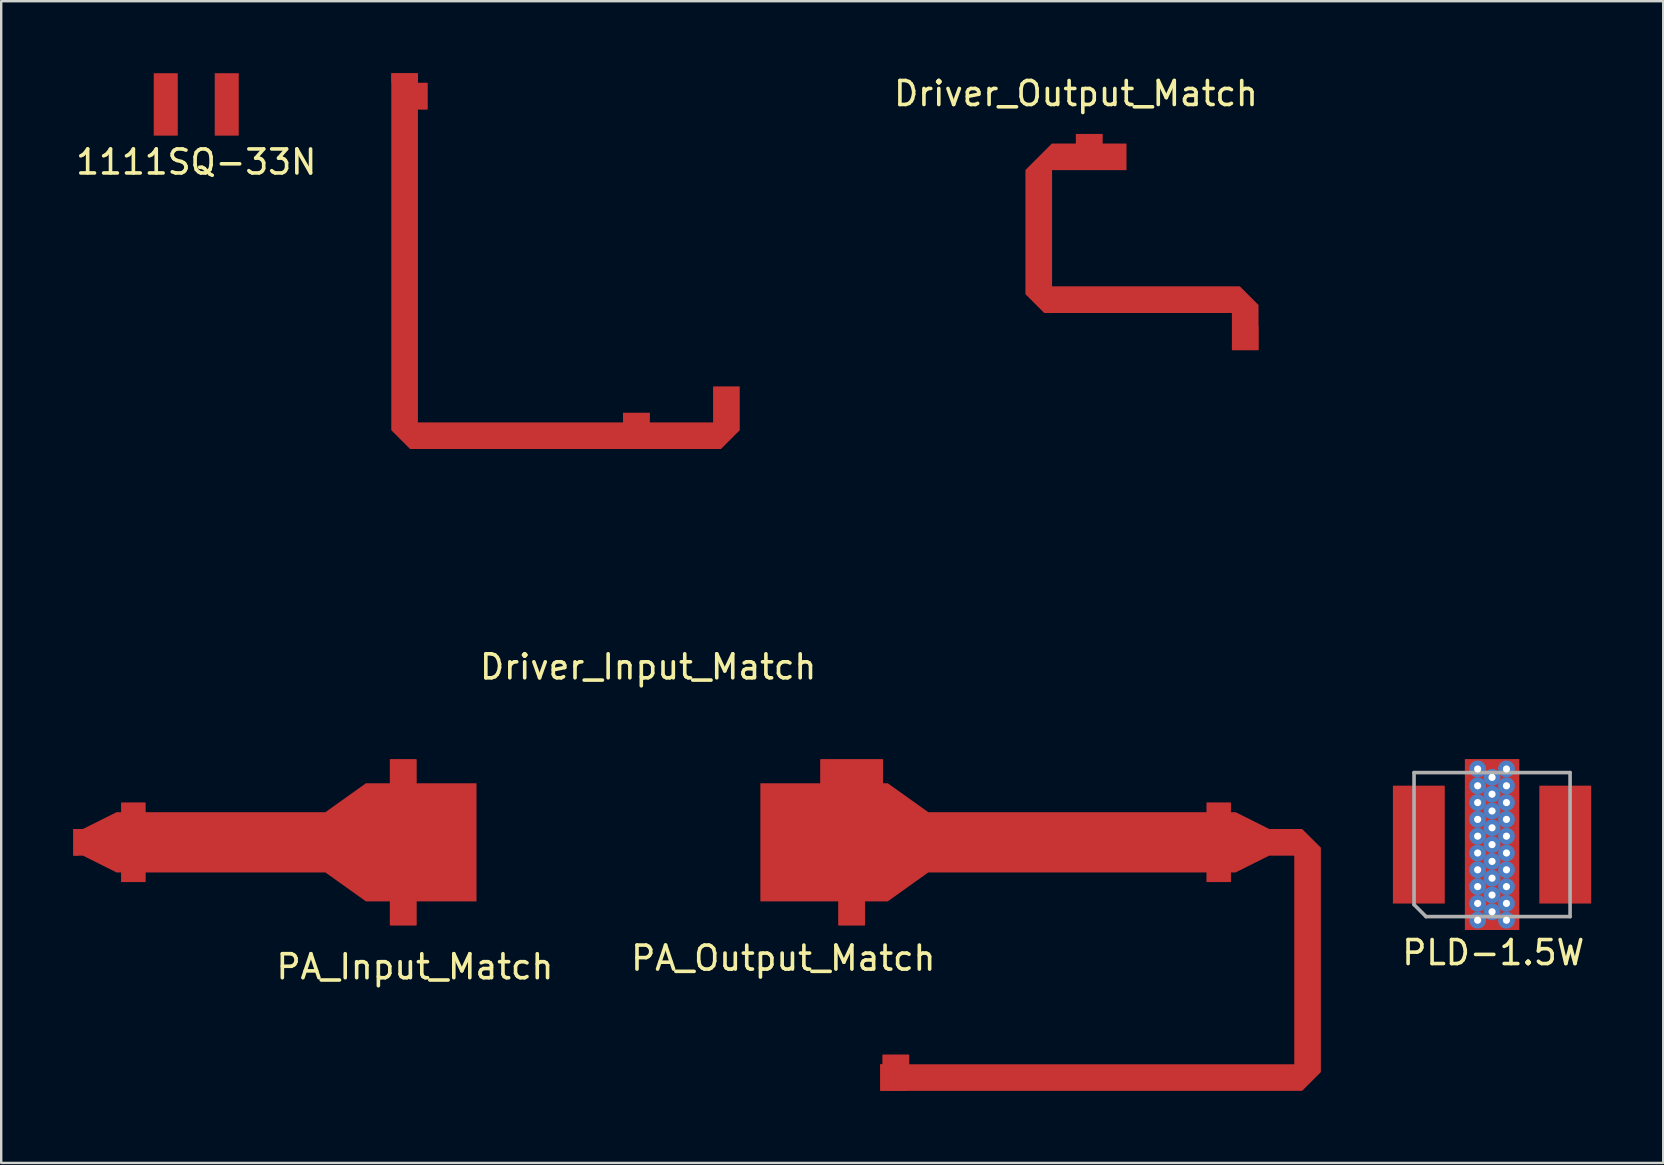
<source format=kicad_pcb>
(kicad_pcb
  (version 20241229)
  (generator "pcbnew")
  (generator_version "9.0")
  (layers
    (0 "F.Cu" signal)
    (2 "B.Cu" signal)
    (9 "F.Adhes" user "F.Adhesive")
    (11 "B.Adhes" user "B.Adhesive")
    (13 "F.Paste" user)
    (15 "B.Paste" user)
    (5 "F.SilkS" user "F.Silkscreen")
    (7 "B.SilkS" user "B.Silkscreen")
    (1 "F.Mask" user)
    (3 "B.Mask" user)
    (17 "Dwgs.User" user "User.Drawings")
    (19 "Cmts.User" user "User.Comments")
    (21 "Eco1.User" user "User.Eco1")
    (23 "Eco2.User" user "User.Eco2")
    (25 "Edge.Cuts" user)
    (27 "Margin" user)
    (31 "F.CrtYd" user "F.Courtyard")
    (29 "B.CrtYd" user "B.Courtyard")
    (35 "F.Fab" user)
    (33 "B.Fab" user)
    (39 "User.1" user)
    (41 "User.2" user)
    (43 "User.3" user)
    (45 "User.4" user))
  (footprint "PA_Input_Match"
    (layer "F.Cu")
    (at 14.295 35.493)
    (property "Reference" "PA_Input_Match" (at -0.06 1.73 0) (layer "F.SilkS") (effects (font (size 1 1) (thickness 0.15))))
    (attr through_hole)
    (pad "1" smd rect (at -14.185 -3.455) (size 0.2 1.1) (layers "F.Cu" "F.Mask" "F.Paste"))
    (pad "1" smd rect (at -11.79 -4.905) (size 1 0.4) (layers "F.Cu" "F.Mask" "F.Paste"))
    (pad "1" smd rect (at -11.79 -2.005) (size 1 0.4) (layers "F.Cu" "F.Mask" "F.Paste"))
    (pad "1" smd rect (at -0.55 -6.41) (size 1.1 1) (layers "F.Cu" "F.Mask" "F.Paste"))
    (pad "1" smd rect (at -0.55 -0.5) (size 1.1 1) (layers "F.Cu" "F.Mask" "F.Paste"))
    (pad "1" smd custom (at 1.42 -3.455) (size 2.16 4.91) (layers "F.Cu" "F.Mask" "F.Paste") (options (anchor rect)) (primitives (gr_poly (pts (xy -1.42 3.455) (xy -1.42 2.455) (xy 1.08 2.455) (xy 1.08 -2.455) (xy -1.42 -2.455) (xy -1.42 -3.455) (xy -2.52 -3.455) (xy -2.52 -2.455) (xy -3.52 -2.455) (xy -5.21 -1.25) (xy -12.71 -1.25) (xy -12.71 -1.65) (xy -13.71 -1.65) (xy -13.71 -1.25) (xy -13.91 -1.25) (xy -15.31 -0.55) (xy -15.71 -0.55) (xy -15.71 0.55) (xy -15.315 0.55) (xy -15.31 0.55) (xy -13.91 1.25) (xy -13.71 1.25) (xy -13.71 1.65) (xy -12.71 1.65) (xy -12.71 1.25) (xy -5.21 1.25) (xy -3.52 2.455) (xy -2.52 2.455) (xy -2.52 3.455)) (width 0.01) (fill yes)))))
  (footprint "PLD-1.5W"
    (layer "F.Cu")
    (at 59.104 32.133)
    (property "Reference" "PLD-1.5W" (at 0.05 4.5 0) (layer "F.SilkS") (effects (font (size 1 1) (thickness 0.15))))
    (attr through_hole)
    (fp_line (start -3.25 -3) (end 3.25 -3) (stroke (width 0.15) (type solid)) (layer "F.Fab"))
    (fp_line (start -3.25 2.5) (end -3.25 -3) (stroke (width 0.15) (type solid)) (layer "F.Fab"))
    (fp_line (start -3.25 2.5) (end -2.75 3) (stroke (width 0.15) (type solid)) (layer "F.Fab"))
    (fp_line (start 3.25 -3) (end 3.25 3) (stroke (width 0.15) (type solid)) (layer "F.Fab"))
    (fp_line (start 3.25 3) (end -2.75 3) (stroke (width 0.15) (type solid)) (layer "F.Fab"))
    (pad "1" smd rect (at 3.05 0) (size 2.16 4.91) (layers "F.Cu" "F.Mask" "F.Paste"))
    (pad "2" smd rect (at -3.05 0) (size 2.16 4.91) (layers "F.Cu" "F.Mask" "F.Paste"))
    (pad "3" thru_hole circle (at -0.6 -3.15) (size 0.7 0.7) (drill 0.3) (layers "*.Cu" "*.Mask"))
    (pad "3" thru_hole circle (at -0.6 -2.45) (size 0.7 0.7) (drill 0.3) (layers "*.Cu" "*.Mask"))
    (pad "3" thru_hole circle (at -0.6 -1.75) (size 0.7 0.7) (drill 0.3) (layers "*.Cu" "*.Mask"))
    (pad "3" thru_hole circle (at -0.6 -1.05) (size 0.7 0.7) (drill 0.3) (layers "*.Cu" "*.Mask"))
    (pad "3" thru_hole circle (at -0.6 -0.35) (size 0.7 0.7) (drill 0.3) (layers "*.Cu" "*.Mask"))
    (pad "3" thru_hole circle (at -0.6 0.35) (size 0.7 0.7) (drill 0.3) (layers "*.Cu" "*.Mask"))
    (pad "3" thru_hole circle (at -0.6 1.05) (size 0.7 0.7) (drill 0.3) (layers "*.Cu" "*.Mask"))
    (pad "3" thru_hole circle (at -0.6 1.75) (size 0.7 0.7) (drill 0.3) (layers "*.Cu" "*.Mask"))
    (pad "3" thru_hole circle (at -0.6 2.45) (size 0.7 0.7) (drill 0.3) (layers "*.Cu" "*.Mask"))
    (pad "3" thru_hole circle (at -0.6 3.15) (size 0.7 0.7) (drill 0.3) (layers "*.Cu" "*.Mask"))
    (pad "3" thru_hole circle (at 0 -2.8) (size 0.7 0.7) (drill 0.3) (layers "*.Cu" "*.Mask"))
    (pad "3" thru_hole circle (at 0 -2.1) (size 0.7 0.7) (drill 0.3) (layers "*.Cu" "*.Mask"))
    (pad "3" thru_hole circle (at 0 -1.4) (size 0.7 0.7) (drill 0.3) (layers "*.Cu" "*.Mask"))
    (pad "3" thru_hole circle (at 0 -0.7) (size 0.7 0.7) (drill 0.3) (layers "*.Cu" "*.Mask"))
    (pad "3" thru_hole circle (at 0 0) (size 0.7 0.7) (drill 0.3) (layers "*.Cu" "*.Mask"))
    (pad "3" smd rect (at 0 0) (size 2.26 7.11) (layers "F.Cu" "F.Mask" "F.Paste"))
    (pad "3" smd rect (at 0 0) (size 2.26 7.11) (layers "F.Cu" "F.Mask" "F.Paste"))
    (pad "3" thru_hole circle (at 0 0.7) (size 0.7 0.7) (drill 0.3) (layers "*.Cu" "*.Mask"))
    (pad "3" thru_hole circle (at 0 1.4) (size 0.7 0.7) (drill 0.3) (layers "*.Cu" "*.Mask"))
    (pad "3" thru_hole circle (at 0 2.1) (size 0.7 0.7) (drill 0.3) (layers "*.Cu" "*.Mask"))
    (pad "3" thru_hole circle (at 0 2.8) (size 0.7 0.7) (drill 0.3) (layers "*.Cu" "*.Mask"))
    (pad "3" thru_hole circle (at 0.6 -3.15) (size 0.7 0.7) (drill 0.3) (layers "*.Cu" "*.Mask"))
    (pad "3" thru_hole circle (at 0.6 -2.45) (size 0.7 0.7) (drill 0.3) (layers "*.Cu" "*.Mask"))
    (pad "3" thru_hole circle (at 0.6 -1.75) (size 0.7 0.7) (drill 0.3) (layers "*.Cu" "*.Mask"))
    (pad "3" thru_hole circle (at 0.6 -1.05) (size 0.7 0.7) (drill 0.3) (layers "*.Cu" "*.Mask"))
    (pad "3" thru_hole circle (at 0.6 -0.35) (size 0.7 0.7) (drill 0.3) (layers "*.Cu" "*.Mask"))
    (pad "3" thru_hole circle (at 0.6 0.35) (size 0.7 0.7) (drill 0.3) (layers "*.Cu" "*.Mask"))
    (pad "3" thru_hole circle (at 0.6 1.05) (size 0.7 0.7) (drill 0.3) (layers "*.Cu" "*.Mask"))
    (pad "3" thru_hole circle (at 0.6 1.75) (size 0.7 0.7) (drill 0.3) (layers "*.Cu" "*.Mask"))
    (pad "3" thru_hole circle (at 0.6 2.45) (size 0.7 0.7) (drill 0.3) (layers "*.Cu" "*.Mask"))
    (pad "3" thru_hole circle (at 0.6 3.15) (size 0.7 0.7) (drill 0.3) (layers "*.Cu" "*.Mask")))
  (footprint "Driver_Input_Match"
    (layer "F.Cu")
    (at 23.86 14.15)
    (property "Reference" "Driver_Input_Match" (at 0.09 10.58 0) (layer "F.SilkS") (effects (font (size 1 1) (thickness 0.15))))
    (attr through_hole)
    (pad "1" smd rect (at -10.055 -13.945) (size 1.1 0.4) (layers "F.Cu" "F.Mask" "F.Paste"))
    (pad "1" smd rect (at -9.305 -13.195 90) (size 1.1 0.4) (layers "F.Cu" "F.Mask" "F.Paste"))
    (pad "1" smd rect (at -0.4 0.2) (size 1.1 0.4) (layers "F.Cu" "F.Mask" "F.Paste"))
    (pad "1" smd custom (at 3.35 -0.6) (size 1.1 1) (layers "F.Cu" "F.Mask" "F.Paste") (options (anchor rect)) (primitives (gr_poly (pts (xy -0.55 -0.5) (xy -0.55 1) (xy -3.2 1) (xy -3.2 0.6) (xy -4.3 0.6) (xy -4.3 1) (xy -12.855 1) (xy -12.855 -12.045) (xy -12.455 -12.045) (xy -12.455 -13.14) (xy -12.455 -13.145) (xy -12.855 -13.145) (xy -12.855 -13.545) (xy -13.955 -13.545) (xy -13.955 1.32) (xy -13.175 2.1) (xy -0.23 2.1) (xy 0.55 1.32) (xy 0.55 -0.5)) (width 0.01) (fill yes)))))
  (footprint "1111SQ-33N"
    (layer "F.Cu")
    (at 5.125 1.3)
    (property "Reference" "1111SQ-33N" (at 0 2.4 0) (layer "F.SilkS") (effects (font (size 1 1) (thickness 0.15))))
    (attr through_hole)
    (pad "1" smd rect (at -1.27 0) (size 1 2.6) (layers "F.Cu" "F.Mask" "F.Paste"))
    (pad "2" smd rect (at 1.27 0) (size 1 2.6) (layers "F.Cu" "F.Mask" "F.Paste")))
  (footprint "Driver_Output_Match"
    (layer "F.Cu")
    (at 41.771 2.533)
    (property "Reference" "Driver_Output_Match" (at 0 -1.685 0) (layer "F.SilkS") (effects (font (size 1 1) (thickness 0.15))))
    (attr through_hole)
    (pad "1" smd rect (at 0.55 0.2) (size 1.1 0.4) (layers "F.Cu" "F.Mask" "F.Paste"))
    (pad "1" smd custom (at 1.6 0.95) (size 1 1.1) (layers "F.Cu" "F.Mask" "F.Paste") (options (anchor rect)) (primitives (gr_poly (pts (xy 0.5 -0.55) (xy -0.5 -0.55) (xy -0.5 -0.95) (xy -1.6 -0.95) (xy -1.6 -0.55) (xy -2.6 -0.55) (xy -3.7 0.55) (xy -3.7 5.72) (xy -2.92 6.5) (xy 4.9 6.5) (xy 4.9 8.05) (xy 6 8.05) (xy 6 6.175) (xy 5.225 5.4) (xy -2.6 5.4) (xy -2.6 0.55) (xy 0.5 0.55)) (width 0.01) (fill yes))))
    (pad "1" smd rect (at 7.05 8.5) (size 1.1 1) (layers "F.Cu" "F.Mask" "F.Paste")))
  (footprint "PA_Output_Match"
    (layer "F.Cu")
    (at 29.709 32.038)
    (property "Reference" "PA_Output_Match" (at -0.129 4.825 0) (layer "F.SilkS") (effects (font (size 1 1) (thickness 0.15))))
    (attr through_hole)
    (pad "1" smd custom (at 0 0) (size 2.16 4.91) (layers "F.Cu" "F.Mask" "F.Paste") (options (anchor rect)) (primitives (gr_poly (pts (xy -1.08 -2.455) (xy -1.08 2.455) (xy 2.17 2.455) (xy 2.17 3.455) (xy 3.27 3.455) (xy 3.27 2.455) (xy 4.22 2.455) (xy 5.91 1.25) (xy 17.51 1.25) (xy 17.51 1.65) (xy 18.51 1.65) (xy 18.51 1.25) (xy 18.705 1.25) (xy 18.71 1.25) (xy 20.11 0.55) (xy 21.16 0.55) (xy 21.16 9.25) (xy 5.11 9.25) (xy 5.11 8.85) (xy 4.01 8.85) (xy 4.01 9.25) (xy 3.91 9.25) (xy 3.91 10.35) (xy 21.48 10.35) (xy 22.26 9.57) (xy 22.26 0.225) (xy 21.48 -0.55) (xy 20.11 -0.55) (xy 18.71 -1.25) (xy 18.51 -1.25) (xy 18.51 -1.65) (xy 17.51 -1.65) (xy 17.51 -1.25) (xy 5.91 -1.25) (xy 4.22 -2.455) (xy 4.02 -2.455) (xy 4.02 -3.455) (xy 1.42 -3.455) (xy 1.42 -2.455)) (width 0.01) (fill yes))))
    (pad "1" smd rect (at 2.72 -2.955) (size 2.6 1) (layers "F.Cu" "F.Mask" "F.Paste"))
    (pad "1" smd rect (at 2.72 2.955) (size 1.1 1) (layers "F.Cu" "F.Mask" "F.Paste"))
    (pad "1" smd rect (at 4.465 9.8) (size 1.1 1.1) (layers "F.Cu" "F.Mask" "F.Paste"))
    (pad "1" smd rect (at 4.56 9.05) (size 1.1 0.4) (layers "F.Cu" "F.Mask" "F.Paste"))
    (pad "1" smd rect (at 18.01 -1.45) (size 1 0.4) (layers "F.Cu" "F.Mask" "F.Paste"))
    (pad "1" smd rect (at 18.01 1.45) (size 1 0.4) (layers "F.Cu" "F.Mask" "F.Paste")))
  (gr_rect
    (start -3 -3)
    (end 66.234 45.393)
    (stroke (width 0.1) (type default))
    (fill no)
    (layer "Edge.Cuts")))
</source>
